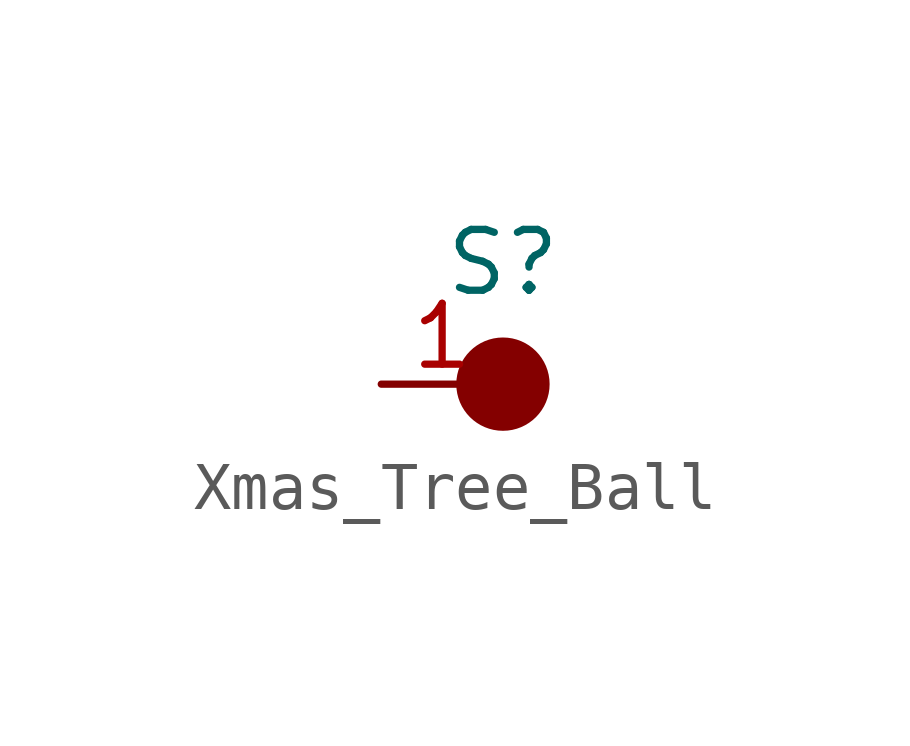
<source format=kicad_sym>
(kicad_symbol_lib
  (version 20220914)
  (generator kicad_symbol_editor)
  (symbol "Xmas_Tree_Ball"
    (property "Reference" "S"
      (at 0 2.54 0)
      (effects (font (size 1.27 1.27))))
    (symbol "Xmas_Tree_Ball_1_1"
      (circle (center 0 0) (radius 0.898) (stroke (width 0) (type default)) (fill (type outline)))
      (pin passive line (at -2.54 0 0) (length 2.54) (name "~" (effects (font (size 1.27 1.27)))) (number "1" (effects (font (size 1.27 1.27))))))))
</source>
